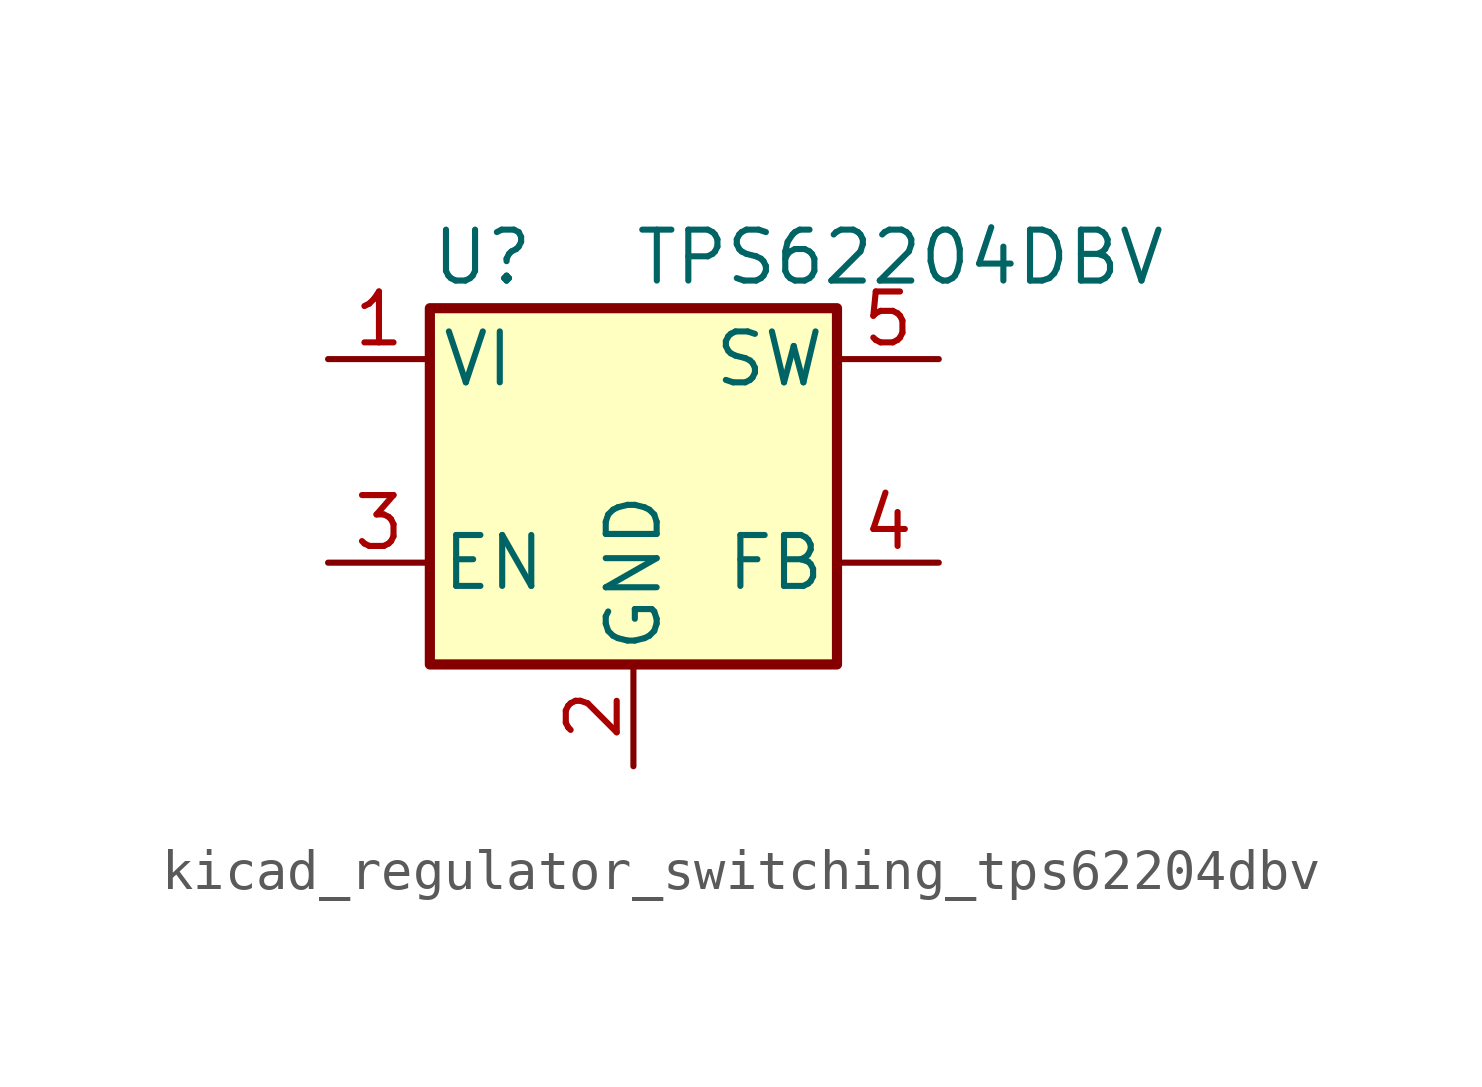
<source format=kicad_sym>
(kicad_symbol_lib
  (version 20220914)
  (generator kicad_symbol_editor)
  (symbol "kicad_regulator_switching_tps62204dbv"
    (pin_names
      (offset 0.254))
    (property "Reference" "U"
      (at -5.08 7.62 0)
      (effects (font (size 1.27 1.27)) (justify left)))
    (property "Value" "TPS62204DBV"
      (at 0 7.62 0)
      (effects (font (size 1.27 1.27)) (justify left)))
    (symbol "kicad_regulator_switching_tps62204dbv_0_1"
      (rectangle (start -5.08 6.35) (end 5.08 -2.54) (stroke (width 0.254) (type default)) (fill (type background))))
    (symbol "kicad_regulator_switching_tps62204dbv_1_1"
      (pin power_in line (at -7.62 5.08 0) (length 2.54) (name "VI" (effects (font (size 1.27 1.27)))) (number "1" (effects (font (size 1.27 1.27)))))
      (pin power_in line (at 0 -5.08 90) (length 2.54) (name "GND" (effects (font (size 1.27 1.27)))) (number "2" (effects (font (size 1.27 1.27)))))
      (pin input line (at -7.62 0 0) (length 2.54) (name "EN" (effects (font (size 1.27 1.27)))) (number "3" (effects (font (size 1.27 1.27)))))
      (pin input line (at 7.62 0 180) (length 2.54) (name "FB" (effects (font (size 1.27 1.27)))) (number "4" (effects (font (size 1.27 1.27)))))
      (pin output line (at 7.62 5.08 180) (length 2.54) (name "SW" (effects (font (size 1.27 1.27)))) (number "5" (effects (font (size 1.27 1.27))))))))
</source>
